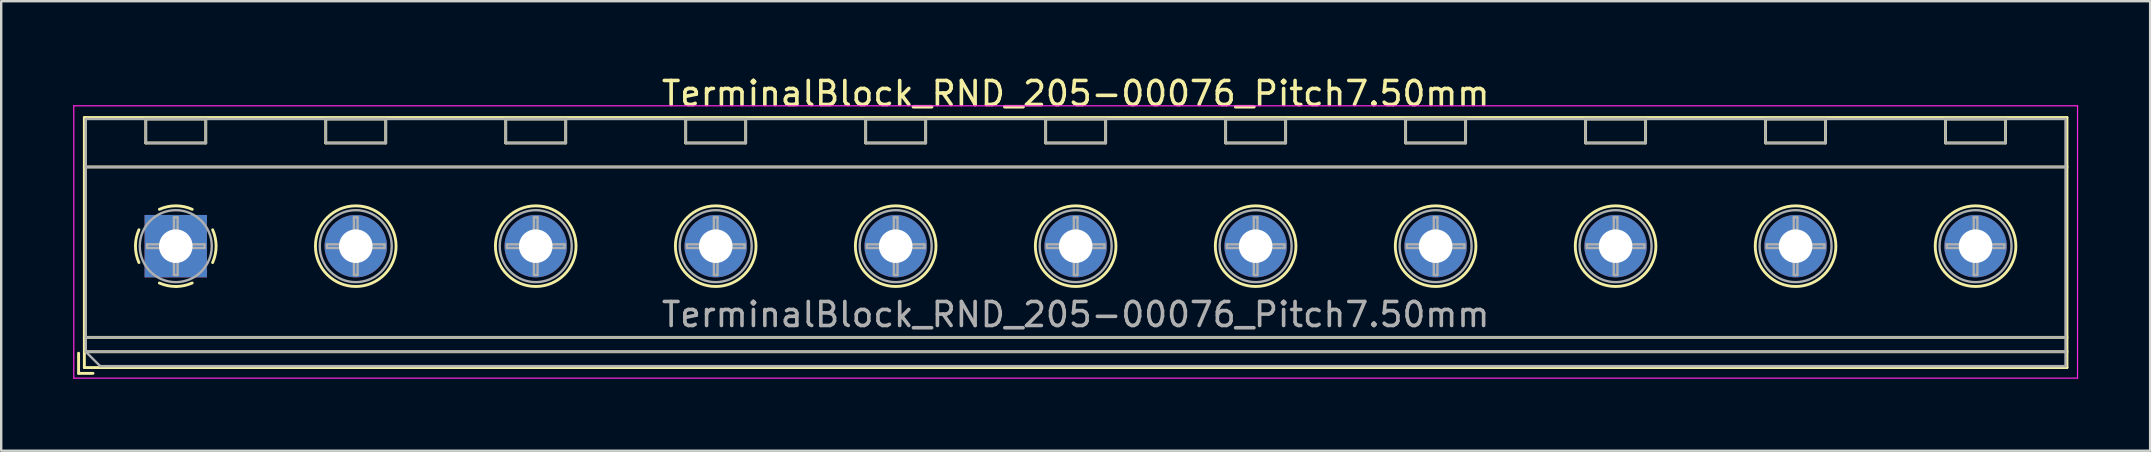
<source format=kicad_pcb>
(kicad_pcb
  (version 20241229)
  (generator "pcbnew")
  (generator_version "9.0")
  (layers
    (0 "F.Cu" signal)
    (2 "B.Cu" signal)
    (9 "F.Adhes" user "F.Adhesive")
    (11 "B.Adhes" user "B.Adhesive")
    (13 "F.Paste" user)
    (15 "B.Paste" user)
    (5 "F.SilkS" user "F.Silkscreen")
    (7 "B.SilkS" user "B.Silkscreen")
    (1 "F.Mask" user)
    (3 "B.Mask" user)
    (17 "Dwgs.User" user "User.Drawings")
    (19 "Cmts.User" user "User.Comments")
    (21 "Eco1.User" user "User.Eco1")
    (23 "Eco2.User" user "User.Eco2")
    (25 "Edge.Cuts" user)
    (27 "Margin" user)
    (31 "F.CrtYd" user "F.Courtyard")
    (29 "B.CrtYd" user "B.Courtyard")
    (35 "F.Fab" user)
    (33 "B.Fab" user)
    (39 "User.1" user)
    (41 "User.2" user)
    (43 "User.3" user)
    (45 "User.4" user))
  (footprint "TerminalBlock_RND_205-00076_Pitch7.50mm"
    (layer "F.Cu")
    (at 4.275 7.208)
    (property "Reference" "TerminalBlock_RND_205-00076_Pitch7.50mm" (at 37.5 -6.36 0) (layer "F.SilkS") (effects (font (size 1 1) (thickness 0.15))))
    (attr through_hole)
    (fp_line (start -4.05 4.46) (end -4.05 5.3) (stroke (width 0.12) (type solid)) (layer "F.SilkS"))
    (fp_line (start -4.05 5.3) (end -3.45 5.3) (stroke (width 0.12) (type solid)) (layer "F.SilkS"))
    (fp_line (start -3.81 -5.36) (end -3.81 5.06) (stroke (width 0.12) (type solid)) (layer "F.SilkS"))
    (fp_line (start -3.81 -3.3) (end 78.81 -3.3) (stroke (width 0.12) (type solid)) (layer "F.SilkS"))
    (fp_line (start -3.81 3.8) (end 78.81 3.8) (stroke (width 0.12) (type solid)) (layer "F.SilkS"))
    (fp_line (start -3.81 4.4) (end 78.81 4.4) (stroke (width 0.12) (type solid)) (layer "F.SilkS"))
    (fp_line (start -3.81 5.06) (end 78.81 5.06) (stroke (width 0.12) (type solid)) (layer "F.SilkS"))
    (fp_line (start -1.25 -5.301) (end -1.25 -4.301) (stroke (width 0.12) (type solid)) (layer "F.SilkS"))
    (fp_line (start -1.25 -5.301) (end 1.25 -5.301) (stroke (width 0.12) (type solid)) (layer "F.SilkS"))
    (fp_line (start -1.25 -4.301) (end 1.25 -4.301) (stroke (width 0.12) (type solid)) (layer "F.SilkS"))
    (fp_line (start 1.25 -5.301) (end 1.25 -4.301) (stroke (width 0.12) (type solid)) (layer "F.SilkS"))
    (fp_line (start 6.25 -5.301) (end 6.25 -4.301) (stroke (width 0.12) (type solid)) (layer "F.SilkS"))
    (fp_line (start 6.25 -5.301) (end 8.75 -5.301) (stroke (width 0.12) (type solid)) (layer "F.SilkS"))
    (fp_line (start 6.25 -4.301) (end 8.75 -4.301) (stroke (width 0.12) (type solid)) (layer "F.SilkS"))
    (fp_line (start 8.75 -5.301) (end 8.75 -4.301) (stroke (width 0.12) (type solid)) (layer "F.SilkS"))
    (fp_line (start 13.75 -5.301) (end 13.75 -4.301) (stroke (width 0.12) (type solid)) (layer "F.SilkS"))
    (fp_line (start 13.75 -5.301) (end 16.25 -5.301) (stroke (width 0.12) (type solid)) (layer "F.SilkS"))
    (fp_line (start 13.75 -4.301) (end 16.25 -4.301) (stroke (width 0.12) (type solid)) (layer "F.SilkS"))
    (fp_line (start 16.25 -5.301) (end 16.25 -4.301) (stroke (width 0.12) (type solid)) (layer "F.SilkS"))
    (fp_line (start 21.25 -5.301) (end 21.25 -4.301) (stroke (width 0.12) (type solid)) (layer "F.SilkS"))
    (fp_line (start 21.25 -5.301) (end 23.75 -5.301) (stroke (width 0.12) (type solid)) (layer "F.SilkS"))
    (fp_line (start 21.25 -4.301) (end 23.75 -4.301) (stroke (width 0.12) (type solid)) (layer "F.SilkS"))
    (fp_line (start 23.75 -5.301) (end 23.75 -4.301) (stroke (width 0.12) (type solid)) (layer "F.SilkS"))
    (fp_line (start 28.75 -5.301) (end 28.75 -4.301) (stroke (width 0.12) (type solid)) (layer "F.SilkS"))
    (fp_line (start 28.75 -5.301) (end 31.25 -5.301) (stroke (width 0.12) (type solid)) (layer "F.SilkS"))
    (fp_line (start 28.75 -4.301) (end 31.25 -4.301) (stroke (width 0.12) (type solid)) (layer "F.SilkS"))
    (fp_line (start 31.25 -5.301) (end 31.25 -4.301) (stroke (width 0.12) (type solid)) (layer "F.SilkS"))
    (fp_line (start 36.25 -5.301) (end 36.25 -4.301) (stroke (width 0.12) (type solid)) (layer "F.SilkS"))
    (fp_line (start 36.25 -5.301) (end 38.75 -5.301) (stroke (width 0.12) (type solid)) (layer "F.SilkS"))
    (fp_line (start 36.25 -4.301) (end 38.75 -4.301) (stroke (width 0.12) (type solid)) (layer "F.SilkS"))
    (fp_line (start 38.75 -5.301) (end 38.75 -4.301) (stroke (width 0.12) (type solid)) (layer "F.SilkS"))
    (fp_line (start 43.75 -5.301) (end 43.75 -4.301) (stroke (width 0.12) (type solid)) (layer "F.SilkS"))
    (fp_line (start 43.75 -5.301) (end 46.25 -5.301) (stroke (width 0.12) (type solid)) (layer "F.SilkS"))
    (fp_line (start 43.75 -4.301) (end 46.25 -4.301) (stroke (width 0.12) (type solid)) (layer "F.SilkS"))
    (fp_line (start 46.25 -5.301) (end 46.25 -4.301) (stroke (width 0.12) (type solid)) (layer "F.SilkS"))
    (fp_line (start 51.25 -5.301) (end 51.25 -4.301) (stroke (width 0.12) (type solid)) (layer "F.SilkS"))
    (fp_line (start 51.25 -5.301) (end 53.75 -5.301) (stroke (width 0.12) (type solid)) (layer "F.SilkS"))
    (fp_line (start 51.25 -4.301) (end 53.75 -4.301) (stroke (width 0.12) (type solid)) (layer "F.SilkS"))
    (fp_line (start 53.75 -5.301) (end 53.75 -4.301) (stroke (width 0.12) (type solid)) (layer "F.SilkS"))
    (fp_line (start 58.75 -5.301) (end 58.75 -4.301) (stroke (width 0.12) (type solid)) (layer "F.SilkS"))
    (fp_line (start 58.75 -5.301) (end 61.25 -5.301) (stroke (width 0.12) (type solid)) (layer "F.SilkS"))
    (fp_line (start 58.75 -4.301) (end 61.25 -4.301) (stroke (width 0.12) (type solid)) (layer "F.SilkS"))
    (fp_line (start 61.25 -5.301) (end 61.25 -4.301) (stroke (width 0.12) (type solid)) (layer "F.SilkS"))
    (fp_line (start 66.25 -5.301) (end 66.25 -4.301) (stroke (width 0.12) (type solid)) (layer "F.SilkS"))
    (fp_line (start 66.25 -5.301) (end 68.75 -5.301) (stroke (width 0.12) (type solid)) (layer "F.SilkS"))
    (fp_line (start 66.25 -4.301) (end 68.75 -4.301) (stroke (width 0.12) (type solid)) (layer "F.SilkS"))
    (fp_line (start 68.75 -5.301) (end 68.75 -4.301) (stroke (width 0.12) (type solid)) (layer "F.SilkS"))
    (fp_line (start 73.75 -5.301) (end 73.75 -4.301) (stroke (width 0.12) (type solid)) (layer "F.SilkS"))
    (fp_line (start 73.75 -5.301) (end 76.25 -5.301) (stroke (width 0.12) (type solid)) (layer "F.SilkS"))
    (fp_line (start 73.75 -4.301) (end 76.25 -4.301) (stroke (width 0.12) (type solid)) (layer "F.SilkS"))
    (fp_line (start 76.25 -5.301) (end 76.25 -4.301) (stroke (width 0.12) (type solid)) (layer "F.SilkS"))
    (fp_line (start 78.81 -5.36) (end -3.81 -5.36) (stroke (width 0.12) (type solid)) (layer "F.SilkS"))
    (fp_line (start 78.81 5.06) (end 78.81 -5.36) (stroke (width 0.12) (type solid)) (layer "F.SilkS"))
    (fp_arc (start -1.535427 0.683042) (mid -1.680501 -0.000524) (end -1.535 -0.684) (stroke (width 0.12) (type solid)) (layer "F.SilkS"))
    (fp_arc (start -0.683042 -1.535427) (mid 0.000524 -1.680501) (end 0.684 -1.535) (stroke (width 0.12) (type solid)) (layer "F.SilkS"))
    (fp_arc (start 0.028805 1.680253) (mid -0.335551 1.646659) (end -0.684 1.535) (stroke (width 0.12) (type solid)) (layer "F.SilkS"))
    (fp_arc (start 0.683318 1.534756) (mid 0.349292 1.643288) (end 0 1.68) (stroke (width 0.12) (type solid)) (layer "F.SilkS"))
    (fp_arc (start 1.535427 -0.683042) (mid 1.680501 0.000524) (end 1.535 0.684) (stroke (width 0.12) (type solid)) (layer "F.SilkS"))
    (fp_circle (center 7.5 0) (end 9.18 0) (stroke (width 0.12) (type solid)) (fill no) (layer "F.SilkS"))
    (fp_circle (center 15 0) (end 16.68 0) (stroke (width 0.12) (type solid)) (fill no) (layer "F.SilkS"))
    (fp_circle (center 22.5 0) (end 24.18 0) (stroke (width 0.12) (type solid)) (fill no) (layer "F.SilkS"))
    (fp_circle (center 30 0) (end 31.68 0) (stroke (width 0.12) (type solid)) (fill no) (layer "F.SilkS"))
    (fp_circle (center 37.5 0) (end 39.18 0) (stroke (width 0.12) (type solid)) (fill no) (layer "F.SilkS"))
    (fp_circle (center 45 0) (end 46.68 0) (stroke (width 0.12) (type solid)) (fill no) (layer "F.SilkS"))
    (fp_circle (center 52.5 0) (end 54.18 0) (stroke (width 0.12) (type solid)) (fill no) (layer "F.SilkS"))
    (fp_circle (center 60 0) (end 61.68 0) (stroke (width 0.12) (type solid)) (fill no) (layer "F.SilkS"))
    (fp_circle (center 67.5 0) (end 69.18 0) (stroke (width 0.12) (type solid)) (fill no) (layer "F.SilkS"))
    (fp_circle (center 75 0) (end 76.68 0) (stroke (width 0.12) (type solid)) (fill no) (layer "F.SilkS"))
    (fp_line (start -4.25 -5.85) (end -4.25 5.5) (stroke (width 0.05) (type solid)) (layer "F.CrtYd"))
    (fp_line (start -4.25 5.5) (end 79.25 5.5) (stroke (width 0.05) (type solid)) (layer "F.CrtYd"))
    (fp_line (start 79.25 -5.85) (end -4.25 -5.85) (stroke (width 0.05) (type solid)) (layer "F.CrtYd"))
    (fp_line (start 79.25 5.5) (end 79.25 -5.85) (stroke (width 0.05) (type solid)) (layer "F.CrtYd"))
    (fp_line (start -3.75 -5.3) (end 78.75 -5.3) (stroke (width 0.1) (type solid)) (layer "F.Fab"))
    (fp_line (start -3.75 -3.3) (end 78.75 -3.3) (stroke (width 0.1) (type solid)) (layer "F.Fab"))
    (fp_line (start -3.75 3.8) (end 78.75 3.8) (stroke (width 0.1) (type solid)) (layer "F.Fab"))
    (fp_line (start -3.75 4.4) (end -3.75 -5.3) (stroke (width 0.1) (type solid)) (layer "F.Fab"))
    (fp_line (start -3.75 4.4) (end 78.75 4.4) (stroke (width 0.1) (type solid)) (layer "F.Fab"))
    (fp_line (start -3.15 5) (end -3.75 4.4) (stroke (width 0.1) (type solid)) (layer "F.Fab"))
    (fp_line (start -1.25 -5.3) (end -1.25 -4.3) (stroke (width 0.1) (type solid)) (layer "F.Fab"))
    (fp_line (start -1.25 -4.3) (end 1.25 -4.3) (stroke (width 0.1) (type solid)) (layer "F.Fab"))
    (fp_line (start -1.201 -0.076) (end -0.076 -0.076) (stroke (width 0.1) (type solid)) (layer "F.Fab"))
    (fp_line (start -1.201 0.076) (end -1.201 -0.076) (stroke (width 0.1) (type solid)) (layer "F.Fab"))
    (fp_line (start -0.076 -1.201) (end 0.076 -1.201) (stroke (width 0.1) (type solid)) (layer "F.Fab"))
    (fp_line (start -0.076 -0.076) (end -0.076 -1.201) (stroke (width 0.1) (type solid)) (layer "F.Fab"))
    (fp_line (start -0.076 0.076) (end -1.201 0.076) (stroke (width 0.1) (type solid)) (layer "F.Fab"))
    (fp_line (start -0.076 1.201) (end -0.076 0.076) (stroke (width 0.1) (type solid)) (layer "F.Fab"))
    (fp_line (start 0.076 -1.201) (end 0.076 -0.076) (stroke (width 0.1) (type solid)) (layer "F.Fab"))
    (fp_line (start 0.076 -0.076) (end 1.201 -0.076) (stroke (width 0.1) (type solid)) (layer "F.Fab"))
    (fp_line (start 0.076 0.076) (end 0.076 1.201) (stroke (width 0.1) (type solid)) (layer "F.Fab"))
    (fp_line (start 0.076 1.201) (end -0.076 1.201) (stroke (width 0.1) (type solid)) (layer "F.Fab"))
    (fp_line (start 1.201 -0.076) (end 1.201 0.076) (stroke (width 0.1) (type solid)) (layer "F.Fab"))
    (fp_line (start 1.201 0.076) (end 0.076 0.076) (stroke (width 0.1) (type solid)) (layer "F.Fab"))
    (fp_line (start 1.25 -5.3) (end -1.25 -5.3) (stroke (width 0.1) (type solid)) (layer "F.Fab"))
    (fp_line (start 1.25 -4.3) (end 1.25 -5.3) (stroke (width 0.1) (type solid)) (layer "F.Fab"))
    (fp_line (start 6.25 -5.3) (end 6.25 -4.3) (stroke (width 0.1) (type solid)) (layer "F.Fab"))
    (fp_line (start 6.25 -4.3) (end 8.75 -4.3) (stroke (width 0.1) (type solid)) (layer "F.Fab"))
    (fp_line (start 6.299 -0.076) (end 7.424 -0.076) (stroke (width 0.1) (type solid)) (layer "F.Fab"))
    (fp_line (start 6.299 0.076) (end 6.299 -0.076) (stroke (width 0.1) (type solid)) (layer "F.Fab"))
    (fp_line (start 7.424 -1.201) (end 7.576 -1.201) (stroke (width 0.1) (type solid)) (layer "F.Fab"))
    (fp_line (start 7.424 -0.076) (end 7.424 -1.201) (stroke (width 0.1) (type solid)) (layer "F.Fab"))
    (fp_line (start 7.424 0.076) (end 6.299 0.076) (stroke (width 0.1) (type solid)) (layer "F.Fab"))
    (fp_line (start 7.424 1.201) (end 7.424 0.076) (stroke (width 0.1) (type solid)) (layer "F.Fab"))
    (fp_line (start 7.576 -1.201) (end 7.576 -0.076) (stroke (width 0.1) (type solid)) (layer "F.Fab"))
    (fp_line (start 7.576 -0.076) (end 8.701 -0.076) (stroke (width 0.1) (type solid)) (layer "F.Fab"))
    (fp_line (start 7.576 0.076) (end 7.576 1.201) (stroke (width 0.1) (type solid)) (layer "F.Fab"))
    (fp_line (start 7.576 1.201) (end 7.424 1.201) (stroke (width 0.1) (type solid)) (layer "F.Fab"))
    (fp_line (start 8.701 -0.076) (end 8.701 0.076) (stroke (width 0.1) (type solid)) (layer "F.Fab"))
    (fp_line (start 8.701 0.076) (end 7.576 0.076) (stroke (width 0.1) (type solid)) (layer "F.Fab"))
    (fp_line (start 8.75 -5.3) (end 6.25 -5.3) (stroke (width 0.1) (type solid)) (layer "F.Fab"))
    (fp_line (start 8.75 -4.3) (end 8.75 -5.3) (stroke (width 0.1) (type solid)) (layer "F.Fab"))
    (fp_line (start 13.75 -5.3) (end 13.75 -4.3) (stroke (width 0.1) (type solid)) (layer "F.Fab"))
    (fp_line (start 13.75 -4.3) (end 16.25 -4.3) (stroke (width 0.1) (type solid)) (layer "F.Fab"))
    (fp_line (start 13.799 -0.076) (end 14.924 -0.076) (stroke (width 0.1) (type solid)) (layer "F.Fab"))
    (fp_line (start 13.799 0.076) (end 13.799 -0.076) (stroke (width 0.1) (type solid)) (layer "F.Fab"))
    (fp_line (start 14.924 -1.201) (end 15.076 -1.201) (stroke (width 0.1) (type solid)) (layer "F.Fab"))
    (fp_line (start 14.924 -0.076) (end 14.924 -1.201) (stroke (width 0.1) (type solid)) (layer "F.Fab"))
    (fp_line (start 14.924 0.076) (end 13.799 0.076) (stroke (width 0.1) (type solid)) (layer "F.Fab"))
    (fp_line (start 14.924 1.201) (end 14.924 0.076) (stroke (width 0.1) (type solid)) (layer "F.Fab"))
    (fp_line (start 15.076 -1.201) (end 15.076 -0.076) (stroke (width 0.1) (type solid)) (layer "F.Fab"))
    (fp_line (start 15.076 -0.076) (end 16.201 -0.076) (stroke (width 0.1) (type solid)) (layer "F.Fab"))
    (fp_line (start 15.076 0.076) (end 15.076 1.201) (stroke (width 0.1) (type solid)) (layer "F.Fab"))
    (fp_line (start 15.076 1.201) (end 14.924 1.201) (stroke (width 0.1) (type solid)) (layer "F.Fab"))
    (fp_line (start 16.201 -0.076) (end 16.201 0.076) (stroke (width 0.1) (type solid)) (layer "F.Fab"))
    (fp_line (start 16.201 0.076) (end 15.076 0.076) (stroke (width 0.1) (type solid)) (layer "F.Fab"))
    (fp_line (start 16.25 -5.3) (end 13.75 -5.3) (stroke (width 0.1) (type solid)) (layer "F.Fab"))
    (fp_line (start 16.25 -4.3) (end 16.25 -5.3) (stroke (width 0.1) (type solid)) (layer "F.Fab"))
    (fp_line (start 21.25 -5.3) (end 21.25 -4.3) (stroke (width 0.1) (type solid)) (layer "F.Fab"))
    (fp_line (start 21.25 -4.3) (end 23.75 -4.3) (stroke (width 0.1) (type solid)) (layer "F.Fab"))
    (fp_line (start 21.299 -0.076) (end 22.424 -0.076) (stroke (width 0.1) (type solid)) (layer "F.Fab"))
    (fp_line (start 21.299 0.076) (end 21.299 -0.076) (stroke (width 0.1) (type solid)) (layer "F.Fab"))
    (fp_line (start 22.424 -1.201) (end 22.576 -1.201) (stroke (width 0.1) (type solid)) (layer "F.Fab"))
    (fp_line (start 22.424 -0.076) (end 22.424 -1.201) (stroke (width 0.1) (type solid)) (layer "F.Fab"))
    (fp_line (start 22.424 0.076) (end 21.299 0.076) (stroke (width 0.1) (type solid)) (layer "F.Fab"))
    (fp_line (start 22.424 1.201) (end 22.424 0.076) (stroke (width 0.1) (type solid)) (layer "F.Fab"))
    (fp_line (start 22.576 -1.201) (end 22.576 -0.076) (stroke (width 0.1) (type solid)) (layer "F.Fab"))
    (fp_line (start 22.576 -0.076) (end 23.701 -0.076) (stroke (width 0.1) (type solid)) (layer "F.Fab"))
    (fp_line (start 22.576 0.076) (end 22.576 1.201) (stroke (width 0.1) (type solid)) (layer "F.Fab"))
    (fp_line (start 22.576 1.201) (end 22.424 1.201) (stroke (width 0.1) (type solid)) (layer "F.Fab"))
    (fp_line (start 23.701 -0.076) (end 23.701 0.076) (stroke (width 0.1) (type solid)) (layer "F.Fab"))
    (fp_line (start 23.701 0.076) (end 22.576 0.076) (stroke (width 0.1) (type solid)) (layer "F.Fab"))
    (fp_line (start 23.75 -5.3) (end 21.25 -5.3) (stroke (width 0.1) (type solid)) (layer "F.Fab"))
    (fp_line (start 23.75 -4.3) (end 23.75 -5.3) (stroke (width 0.1) (type solid)) (layer "F.Fab"))
    (fp_line (start 28.75 -5.3) (end 28.75 -4.3) (stroke (width 0.1) (type solid)) (layer "F.Fab"))
    (fp_line (start 28.75 -4.3) (end 31.25 -4.3) (stroke (width 0.1) (type solid)) (layer "F.Fab"))
    (fp_line (start 28.799 -0.076) (end 29.924 -0.076) (stroke (width 0.1) (type solid)) (layer "F.Fab"))
    (fp_line (start 28.799 0.076) (end 28.799 -0.076) (stroke (width 0.1) (type solid)) (layer "F.Fab"))
    (fp_line (start 29.924 -1.201) (end 30.076 -1.201) (stroke (width 0.1) (type solid)) (layer "F.Fab"))
    (fp_line (start 29.924 -0.076) (end 29.924 -1.201) (stroke (width 0.1) (type solid)) (layer "F.Fab"))
    (fp_line (start 29.924 0.076) (end 28.799 0.076) (stroke (width 0.1) (type solid)) (layer "F.Fab"))
    (fp_line (start 29.924 1.201) (end 29.924 0.076) (stroke (width 0.1) (type solid)) (layer "F.Fab"))
    (fp_line (start 30.076 -1.201) (end 30.076 -0.076) (stroke (width 0.1) (type solid)) (layer "F.Fab"))
    (fp_line (start 30.076 -0.076) (end 31.201 -0.076) (stroke (width 0.1) (type solid)) (layer "F.Fab"))
    (fp_line (start 30.076 0.076) (end 30.076 1.201) (stroke (width 0.1) (type solid)) (layer "F.Fab"))
    (fp_line (start 30.076 1.201) (end 29.924 1.201) (stroke (width 0.1) (type solid)) (layer "F.Fab"))
    (fp_line (start 31.201 -0.076) (end 31.201 0.076) (stroke (width 0.1) (type solid)) (layer "F.Fab"))
    (fp_line (start 31.201 0.076) (end 30.076 0.076) (stroke (width 0.1) (type solid)) (layer "F.Fab"))
    (fp_line (start 31.25 -5.3) (end 28.75 -5.3) (stroke (width 0.1) (type solid)) (layer "F.Fab"))
    (fp_line (start 31.25 -4.3) (end 31.25 -5.3) (stroke (width 0.1) (type solid)) (layer "F.Fab"))
    (fp_line (start 36.25 -5.3) (end 36.25 -4.3) (stroke (width 0.1) (type solid)) (layer "F.Fab"))
    (fp_line (start 36.25 -4.3) (end 38.75 -4.3) (stroke (width 0.1) (type solid)) (layer "F.Fab"))
    (fp_line (start 36.299 -0.076) (end 37.424 -0.076) (stroke (width 0.1) (type solid)) (layer "F.Fab"))
    (fp_line (start 36.299 0.076) (end 36.299 -0.076) (stroke (width 0.1) (type solid)) (layer "F.Fab"))
    (fp_line (start 37.424 -1.201) (end 37.576 -1.201) (stroke (width 0.1) (type solid)) (layer "F.Fab"))
    (fp_line (start 37.424 -0.076) (end 37.424 -1.201) (stroke (width 0.1) (type solid)) (layer "F.Fab"))
    (fp_line (start 37.424 0.076) (end 36.299 0.076) (stroke (width 0.1) (type solid)) (layer "F.Fab"))
    (fp_line (start 37.424 1.201) (end 37.424 0.076) (stroke (width 0.1) (type solid)) (layer "F.Fab"))
    (fp_line (start 37.576 -1.201) (end 37.576 -0.076) (stroke (width 0.1) (type solid)) (layer "F.Fab"))
    (fp_line (start 37.576 -0.076) (end 38.701 -0.076) (stroke (width 0.1) (type solid)) (layer "F.Fab"))
    (fp_line (start 37.576 0.076) (end 37.576 1.201) (stroke (width 0.1) (type solid)) (layer "F.Fab"))
    (fp_line (start 37.576 1.201) (end 37.424 1.201) (stroke (width 0.1) (type solid)) (layer "F.Fab"))
    (fp_line (start 38.701 -0.076) (end 38.701 0.076) (stroke (width 0.1) (type solid)) (layer "F.Fab"))
    (fp_line (start 38.701 0.076) (end 37.576 0.076) (stroke (width 0.1) (type solid)) (layer "F.Fab"))
    (fp_line (start 38.75 -5.3) (end 36.25 -5.3) (stroke (width 0.1) (type solid)) (layer "F.Fab"))
    (fp_line (start 38.75 -4.3) (end 38.75 -5.3) (stroke (width 0.1) (type solid)) (layer "F.Fab"))
    (fp_line (start 43.75 -5.3) (end 43.75 -4.3) (stroke (width 0.1) (type solid)) (layer "F.Fab"))
    (fp_line (start 43.75 -4.3) (end 46.25 -4.3) (stroke (width 0.1) (type solid)) (layer "F.Fab"))
    (fp_line (start 43.799 -0.076) (end 44.924 -0.076) (stroke (width 0.1) (type solid)) (layer "F.Fab"))
    (fp_line (start 43.799 0.076) (end 43.799 -0.076) (stroke (width 0.1) (type solid)) (layer "F.Fab"))
    (fp_line (start 44.924 -1.201) (end 45.076 -1.201) (stroke (width 0.1) (type solid)) (layer "F.Fab"))
    (fp_line (start 44.924 -0.076) (end 44.924 -1.201) (stroke (width 0.1) (type solid)) (layer "F.Fab"))
    (fp_line (start 44.924 0.076) (end 43.799 0.076) (stroke (width 0.1) (type solid)) (layer "F.Fab"))
    (fp_line (start 44.924 1.201) (end 44.924 0.076) (stroke (width 0.1) (type solid)) (layer "F.Fab"))
    (fp_line (start 45.076 -1.201) (end 45.076 -0.076) (stroke (width 0.1) (type solid)) (layer "F.Fab"))
    (fp_line (start 45.076 -0.076) (end 46.201 -0.076) (stroke (width 0.1) (type solid)) (layer "F.Fab"))
    (fp_line (start 45.076 0.076) (end 45.076 1.201) (stroke (width 0.1) (type solid)) (layer "F.Fab"))
    (fp_line (start 45.076 1.201) (end 44.924 1.201) (stroke (width 0.1) (type solid)) (layer "F.Fab"))
    (fp_line (start 46.201 -0.076) (end 46.201 0.076) (stroke (width 0.1) (type solid)) (layer "F.Fab"))
    (fp_line (start 46.201 0.076) (end 45.076 0.076) (stroke (width 0.1) (type solid)) (layer "F.Fab"))
    (fp_line (start 46.25 -5.3) (end 43.75 -5.3) (stroke (width 0.1) (type solid)) (layer "F.Fab"))
    (fp_line (start 46.25 -4.3) (end 46.25 -5.3) (stroke (width 0.1) (type solid)) (layer "F.Fab"))
    (fp_line (start 51.25 -5.3) (end 51.25 -4.3) (stroke (width 0.1) (type solid)) (layer "F.Fab"))
    (fp_line (start 51.25 -4.3) (end 53.75 -4.3) (stroke (width 0.1) (type solid)) (layer "F.Fab"))
    (fp_line (start 51.299 -0.076) (end 52.424 -0.076) (stroke (width 0.1) (type solid)) (layer "F.Fab"))
    (fp_line (start 51.299 0.076) (end 51.299 -0.076) (stroke (width 0.1) (type solid)) (layer "F.Fab"))
    (fp_line (start 52.424 -1.201) (end 52.576 -1.201) (stroke (width 0.1) (type solid)) (layer "F.Fab"))
    (fp_line (start 52.424 -0.076) (end 52.424 -1.201) (stroke (width 0.1) (type solid)) (layer "F.Fab"))
    (fp_line (start 52.424 0.076) (end 51.299 0.076) (stroke (width 0.1) (type solid)) (layer "F.Fab"))
    (fp_line (start 52.424 1.201) (end 52.424 0.076) (stroke (width 0.1) (type solid)) (layer "F.Fab"))
    (fp_line (start 52.576 -1.201) (end 52.576 -0.076) (stroke (width 0.1) (type solid)) (layer "F.Fab"))
    (fp_line (start 52.576 -0.076) (end 53.701 -0.076) (stroke (width 0.1) (type solid)) (layer "F.Fab"))
    (fp_line (start 52.576 0.076) (end 52.576 1.201) (stroke (width 0.1) (type solid)) (layer "F.Fab"))
    (fp_line (start 52.576 1.201) (end 52.424 1.201) (stroke (width 0.1) (type solid)) (layer "F.Fab"))
    (fp_line (start 53.701 -0.076) (end 53.701 0.076) (stroke (width 0.1) (type solid)) (layer "F.Fab"))
    (fp_line (start 53.701 0.076) (end 52.576 0.076) (stroke (width 0.1) (type solid)) (layer "F.Fab"))
    (fp_line (start 53.75 -5.3) (end 51.25 -5.3) (stroke (width 0.1) (type solid)) (layer "F.Fab"))
    (fp_line (start 53.75 -4.3) (end 53.75 -5.3) (stroke (width 0.1) (type solid)) (layer "F.Fab"))
    (fp_line (start 58.75 -5.3) (end 58.75 -4.3) (stroke (width 0.1) (type solid)) (layer "F.Fab"))
    (fp_line (start 58.75 -4.3) (end 61.25 -4.3) (stroke (width 0.1) (type solid)) (layer "F.Fab"))
    (fp_line (start 58.799 -0.076) (end 59.924 -0.076) (stroke (width 0.1) (type solid)) (layer "F.Fab"))
    (fp_line (start 58.799 0.076) (end 58.799 -0.076) (stroke (width 0.1) (type solid)) (layer "F.Fab"))
    (fp_line (start 59.924 -1.201) (end 60.076 -1.201) (stroke (width 0.1) (type solid)) (layer "F.Fab"))
    (fp_line (start 59.924 -0.076) (end 59.924 -1.201) (stroke (width 0.1) (type solid)) (layer "F.Fab"))
    (fp_line (start 59.924 0.076) (end 58.799 0.076) (stroke (width 0.1) (type solid)) (layer "F.Fab"))
    (fp_line (start 59.924 1.201) (end 59.924 0.076) (stroke (width 0.1) (type solid)) (layer "F.Fab"))
    (fp_line (start 60.076 -1.201) (end 60.076 -0.076) (stroke (width 0.1) (type solid)) (layer "F.Fab"))
    (fp_line (start 60.076 -0.076) (end 61.201 -0.076) (stroke (width 0.1) (type solid)) (layer "F.Fab"))
    (fp_line (start 60.076 0.076) (end 60.076 1.201) (stroke (width 0.1) (type solid)) (layer "F.Fab"))
    (fp_line (start 60.076 1.201) (end 59.924 1.201) (stroke (width 0.1) (type solid)) (layer "F.Fab"))
    (fp_line (start 61.201 -0.076) (end 61.201 0.076) (stroke (width 0.1) (type solid)) (layer "F.Fab"))
    (fp_line (start 61.201 0.076) (end 60.076 0.076) (stroke (width 0.1) (type solid)) (layer "F.Fab"))
    (fp_line (start 61.25 -5.3) (end 58.75 -5.3) (stroke (width 0.1) (type solid)) (layer "F.Fab"))
    (fp_line (start 61.25 -4.3) (end 61.25 -5.3) (stroke (width 0.1) (type solid)) (layer "F.Fab"))
    (fp_line (start 66.25 -5.3) (end 66.25 -4.3) (stroke (width 0.1) (type solid)) (layer "F.Fab"))
    (fp_line (start 66.25 -4.3) (end 68.75 -4.3) (stroke (width 0.1) (type solid)) (layer "F.Fab"))
    (fp_line (start 66.299 -0.076) (end 67.424 -0.076) (stroke (width 0.1) (type solid)) (layer "F.Fab"))
    (fp_line (start 66.299 0.076) (end 66.299 -0.076) (stroke (width 0.1) (type solid)) (layer "F.Fab"))
    (fp_line (start 67.424 -1.201) (end 67.576 -1.201) (stroke (width 0.1) (type solid)) (layer "F.Fab"))
    (fp_line (start 67.424 -0.076) (end 67.424 -1.201) (stroke (width 0.1) (type solid)) (layer "F.Fab"))
    (fp_line (start 67.424 0.076) (end 66.299 0.076) (stroke (width 0.1) (type solid)) (layer "F.Fab"))
    (fp_line (start 67.424 1.201) (end 67.424 0.076) (stroke (width 0.1) (type solid)) (layer "F.Fab"))
    (fp_line (start 67.576 -1.201) (end 67.576 -0.076) (stroke (width 0.1) (type solid)) (layer "F.Fab"))
    (fp_line (start 67.576 -0.076) (end 68.701 -0.076) (stroke (width 0.1) (type solid)) (layer "F.Fab"))
    (fp_line (start 67.576 0.076) (end 67.576 1.201) (stroke (width 0.1) (type solid)) (layer "F.Fab"))
    (fp_line (start 67.576 1.201) (end 67.424 1.201) (stroke (width 0.1) (type solid)) (layer "F.Fab"))
    (fp_line (start 68.701 -0.076) (end 68.701 0.076) (stroke (width 0.1) (type solid)) (layer "F.Fab"))
    (fp_line (start 68.701 0.076) (end 67.576 0.076) (stroke (width 0.1) (type solid)) (layer "F.Fab"))
    (fp_line (start 68.75 -5.3) (end 66.25 -5.3) (stroke (width 0.1) (type solid)) (layer "F.Fab"))
    (fp_line (start 68.75 -4.3) (end 68.75 -5.3) (stroke (width 0.1) (type solid)) (layer "F.Fab"))
    (fp_line (start 73.75 -5.3) (end 73.75 -4.3) (stroke (width 0.1) (type solid)) (layer "F.Fab"))
    (fp_line (start 73.75 -4.3) (end 76.25 -4.3) (stroke (width 0.1) (type solid)) (layer "F.Fab"))
    (fp_line (start 73.799 -0.076) (end 74.924 -0.076) (stroke (width 0.1) (type solid)) (layer "F.Fab"))
    (fp_line (start 73.799 0.076) (end 73.799 -0.076) (stroke (width 0.1) (type solid)) (layer "F.Fab"))
    (fp_line (start 74.924 -1.201) (end 75.076 -1.201) (stroke (width 0.1) (type solid)) (layer "F.Fab"))
    (fp_line (start 74.924 -0.076) (end 74.924 -1.201) (stroke (width 0.1) (type solid)) (layer "F.Fab"))
    (fp_line (start 74.924 0.076) (end 73.799 0.076) (stroke (width 0.1) (type solid)) (layer "F.Fab"))
    (fp_line (start 74.924 1.201) (end 74.924 0.076) (stroke (width 0.1) (type solid)) (layer "F.Fab"))
    (fp_line (start 75.076 -1.201) (end 75.076 -0.076) (stroke (width 0.1) (type solid)) (layer "F.Fab"))
    (fp_line (start 75.076 -0.076) (end 76.201 -0.076) (stroke (width 0.1) (type solid)) (layer "F.Fab"))
    (fp_line (start 75.076 0.076) (end 75.076 1.201) (stroke (width 0.1) (type solid)) (layer "F.Fab"))
    (fp_line (start 75.076 1.201) (end 74.924 1.201) (stroke (width 0.1) (type solid)) (layer "F.Fab"))
    (fp_line (start 76.201 -0.076) (end 76.201 0.076) (stroke (width 0.1) (type solid)) (layer "F.Fab"))
    (fp_line (start 76.201 0.076) (end 75.076 0.076) (stroke (width 0.1) (type solid)) (layer "F.Fab"))
    (fp_line (start 76.25 -5.3) (end 73.75 -5.3) (stroke (width 0.1) (type solid)) (layer "F.Fab"))
    (fp_line (start 76.25 -4.3) (end 76.25 -5.3) (stroke (width 0.1) (type solid)) (layer "F.Fab"))
    (fp_line (start 78.75 -5.3) (end 78.75 5) (stroke (width 0.1) (type solid)) (layer "F.Fab"))
    (fp_line (start 78.75 5) (end -3.15 5) (stroke (width 0.1) (type solid)) (layer "F.Fab"))
    (fp_circle (center 0 0) (end 1.5 0) (stroke (width 0.1) (type solid)) (fill no) (layer "F.Fab"))
    (fp_circle (center 7.5 0) (end 9 0) (stroke (width 0.1) (type solid)) (fill no) (layer "F.Fab"))
    (fp_circle (center 15 0) (end 16.5 0) (stroke (width 0.1) (type solid)) (fill no) (layer "F.Fab"))
    (fp_circle (center 22.5 0) (end 24 0) (stroke (width 0.1) (type solid)) (fill no) (layer "F.Fab"))
    (fp_circle (center 30 0) (end 31.5 0) (stroke (width 0.1) (type solid)) (fill no) (layer "F.Fab"))
    (fp_circle (center 37.5 0) (end 39 0) (stroke (width 0.1) (type solid)) (fill no) (layer "F.Fab"))
    (fp_circle (center 45 0) (end 46.5 0) (stroke (width 0.1) (type solid)) (fill no) (layer "F.Fab"))
    (fp_circle (center 52.5 0) (end 54 0) (stroke (width 0.1) (type solid)) (fill no) (layer "F.Fab"))
    (fp_circle (center 60 0) (end 61.5 0) (stroke (width 0.1) (type solid)) (fill no) (layer "F.Fab"))
    (fp_circle (center 67.5 0) (end 69 0) (stroke (width 0.1) (type solid)) (fill no) (layer "F.Fab"))
    (fp_circle (center 75 0) (end 76.5 0) (stroke (width 0.1) (type solid)) (fill no) (layer "F.Fab"))
    (fp_text user "${REFERENCE}" (at 37.5 2.85 0) (layer "F.Fab") (effects (font (size 1 1) (thickness 0.15))))
    (pad "1" thru_hole rect (at 0 0) (size 2.6 2.6) (drill 1.4) (layers "*.Cu" "*.Mask"))
    (pad "2" thru_hole circle (at 7.5 0) (size 2.6 2.6) (drill 1.4) (layers "*.Cu" "*.Mask"))
    (pad "3" thru_hole circle (at 15 0) (size 2.6 2.6) (drill 1.4) (layers "*.Cu" "*.Mask"))
    (pad "4" thru_hole circle (at 22.5 0) (size 2.6 2.6) (drill 1.4) (layers "*.Cu" "*.Mask"))
    (pad "5" thru_hole circle (at 30 0) (size 2.6 2.6) (drill 1.4) (layers "*.Cu" "*.Mask"))
    (pad "6" thru_hole circle (at 37.5 0) (size 2.6 2.6) (drill 1.4) (layers "*.Cu" "*.Mask"))
    (pad "7" thru_hole circle (at 45 0) (size 2.6 2.6) (drill 1.4) (layers "*.Cu" "*.Mask"))
    (pad "8" thru_hole circle (at 52.5 0) (size 2.6 2.6) (drill 1.4) (layers "*.Cu" "*.Mask"))
    (pad "9" thru_hole circle (at 60 0) (size 2.6 2.6) (drill 1.4) (layers "*.Cu" "*.Mask"))
    (pad "10" thru_hole circle (at 67.5 0) (size 2.6 2.6) (drill 1.4) (layers "*.Cu" "*.Mask"))
    (pad "11" thru_hole circle (at 75 0) (size 2.6 2.6) (drill 1.4) (layers "*.Cu" "*.Mask")))
  (gr_rect
    (start -3 -3)
    (end 86.55 15.733)
    (stroke (width 0.1) (type default))
    (fill no)
    (layer "Edge.Cuts")))
</source>
